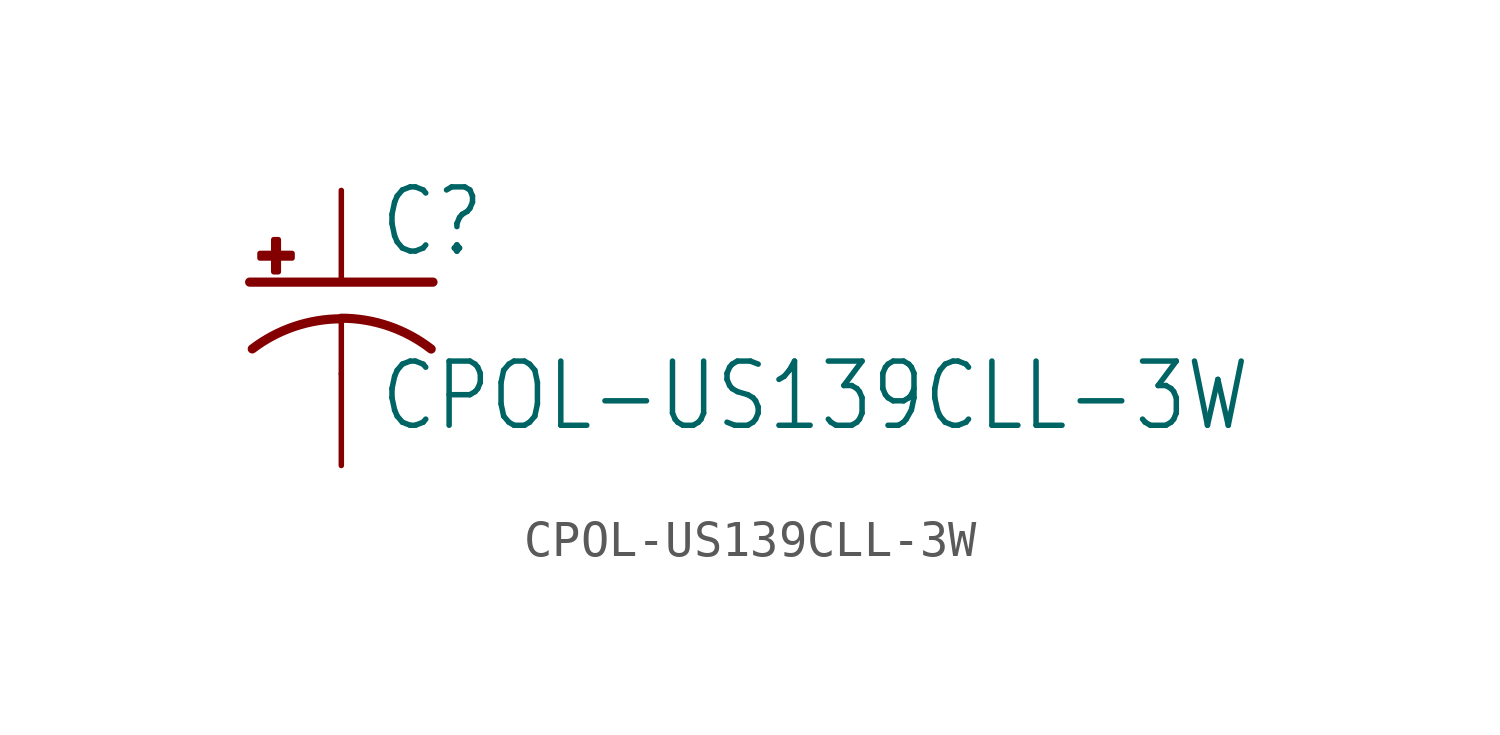
<source format=kicad_sym>
(kicad_symbol_lib
  (version 20220331)
  (generator kicad_symbol_editor)
  (symbol "CPOL-US139CLL-3W"
    (property "Reference" "C"
      (at 1.016 0.635 0)
      (effects (font (size 1.778 1.511)) (justify left bottom)))
    (property "Value" "CPOL-US139CLL-3W"
      (at 1.016 -4.191 0)
      (effects (font (size 1.778 1.511)) (justify left bottom)))
    (property "ki_locked" ""
      (at 0 0 0)
      (effects (font (size 1.27 1.27))))
    (symbol "CPOL-US139CLL-3W_1_0"
      (rectangle (start -2.253 0.668) (end -1.364 0.795) (stroke (width 0) (type default)) (fill (type outline)))
      (rectangle (start -1.872 0.287) (end -1.745 1.176) (stroke (width 0) (type default)) (fill (type outline)))
      (arc (start 0 -1.0161) (mid -1.3021 -1.2302) (end -2.4669 -1.8504) (stroke (width 0.254) (type solid)) (fill (type none)))
      (polyline (pts (xy -2.54 0) (xy 2.54 0)) (stroke (width 0.254) (type solid)) (fill (type none)))
      (polyline (pts (xy 0 -1.016) (xy 0 -2.54)) (stroke (width 0.152) (type solid)) (fill (type none)))
      (arc (start 2.4892 -1.8542) (mid 1.3158 -1.2195) (end 0 -1) (stroke (width 0.254) (type solid)) (fill (type none)))
      (pin passive line (at 0 2.54 270) (length 2.54) (name "+" (effects (font (size 0 0)))) (number "+" (effects (font (size 0 0)))))
      (pin passive line (at 0 -5.08 90) (length 2.54) (name "-" (effects (font (size 0 0)))) (number "-" (effects (font (size 0 0))))))))
</source>
